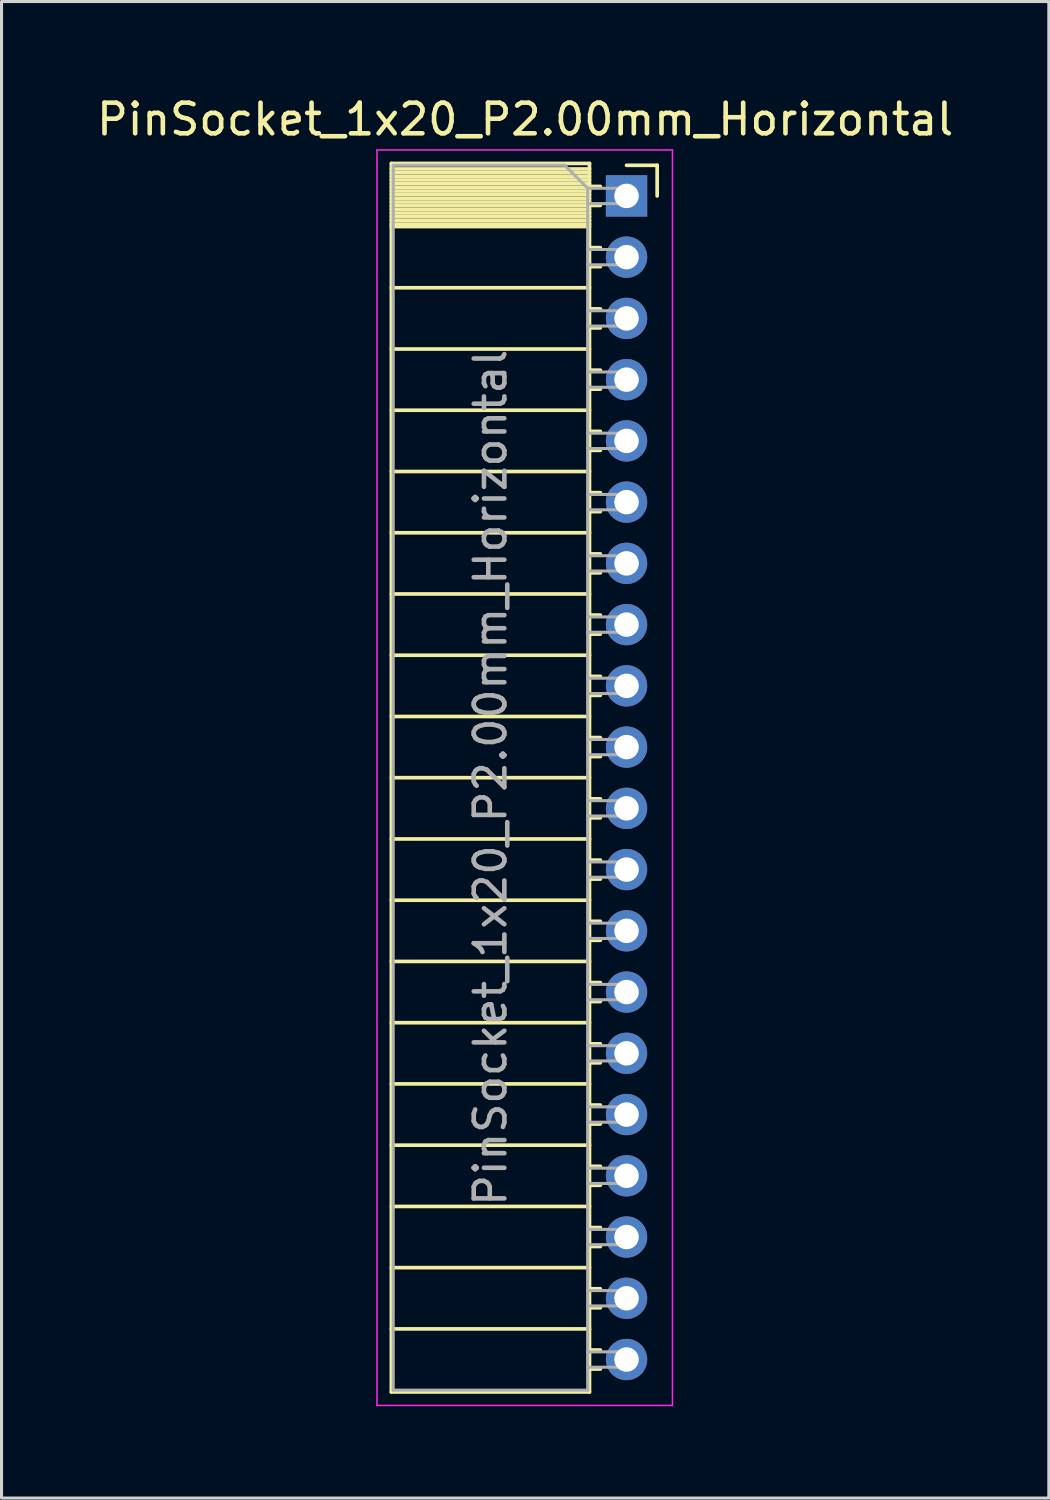
<source format=kicad_pcb>
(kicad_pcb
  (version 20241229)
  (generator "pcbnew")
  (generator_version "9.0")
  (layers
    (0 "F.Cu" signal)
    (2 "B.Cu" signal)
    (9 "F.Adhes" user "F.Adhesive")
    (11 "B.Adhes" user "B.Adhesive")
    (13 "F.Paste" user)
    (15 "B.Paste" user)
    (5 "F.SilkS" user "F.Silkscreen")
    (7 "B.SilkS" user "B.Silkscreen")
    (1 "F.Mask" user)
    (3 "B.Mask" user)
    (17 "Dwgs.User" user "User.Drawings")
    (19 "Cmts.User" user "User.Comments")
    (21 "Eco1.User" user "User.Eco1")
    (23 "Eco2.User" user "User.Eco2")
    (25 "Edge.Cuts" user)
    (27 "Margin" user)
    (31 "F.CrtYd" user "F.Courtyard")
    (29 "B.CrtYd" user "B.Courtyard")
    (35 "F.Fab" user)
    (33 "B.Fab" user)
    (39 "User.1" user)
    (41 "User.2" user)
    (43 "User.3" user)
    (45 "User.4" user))
  (footprint "PinSocket_1x20_P2.00mm_Horizontal"
    (layer "F.Cu")
    (at 17.411 3.348)
    (property "Reference" "PinSocket_1x20_P2.00mm_Horizontal" (at -3.31 -2.5 0) (layer "F.SilkS") (effects (font (size 1 1) (thickness 0.15))))
    (attr through_hole)
    (fp_line (start -7.68 -1.06) (end -1.21 -1.06) (stroke (width 0.12) (type solid)) (layer "F.SilkS"))
    (fp_line (start -7.68 -0.88) (end -1.21 -0.88) (stroke (width 0.12) (type solid)) (layer "F.SilkS"))
    (fp_line (start -7.68 -0.76) (end -1.21 -0.76) (stroke (width 0.12) (type solid)) (layer "F.SilkS"))
    (fp_line (start -7.68 -0.64) (end -1.21 -0.64) (stroke (width 0.12) (type solid)) (layer "F.SilkS"))
    (fp_line (start -7.68 -0.52) (end -1.21 -0.52) (stroke (width 0.12) (type solid)) (layer "F.SilkS"))
    (fp_line (start -7.68 -0.4) (end -1.21 -0.4) (stroke (width 0.12) (type solid)) (layer "F.SilkS"))
    (fp_line (start -7.68 -0.28) (end -1.21 -0.28) (stroke (width 0.12) (type solid)) (layer "F.SilkS"))
    (fp_line (start -7.68 -0.16) (end -1.21 -0.16) (stroke (width 0.12) (type solid)) (layer "F.SilkS"))
    (fp_line (start -7.68 -0.04) (end -1.21 -0.04) (stroke (width 0.12) (type solid)) (layer "F.SilkS"))
    (fp_line (start -7.68 0.08) (end -1.21 0.08) (stroke (width 0.12) (type solid)) (layer "F.SilkS"))
    (fp_line (start -7.68 0.2) (end -1.21 0.2) (stroke (width 0.12) (type solid)) (layer "F.SilkS"))
    (fp_line (start -7.68 0.32) (end -1.21 0.32) (stroke (width 0.12) (type solid)) (layer "F.SilkS"))
    (fp_line (start -7.68 0.44) (end -1.21 0.44) (stroke (width 0.12) (type solid)) (layer "F.SilkS"))
    (fp_line (start -7.68 0.56) (end -1.21 0.56) (stroke (width 0.12) (type solid)) (layer "F.SilkS"))
    (fp_line (start -7.68 0.68) (end -1.21 0.68) (stroke (width 0.12) (type solid)) (layer "F.SilkS"))
    (fp_line (start -7.68 0.8) (end -1.21 0.8) (stroke (width 0.12) (type solid)) (layer "F.SilkS"))
    (fp_line (start -7.68 0.92) (end -1.21 0.92) (stroke (width 0.12) (type solid)) (layer "F.SilkS"))
    (fp_line (start -7.68 1) (end -1.21 1) (stroke (width 0.12) (type solid)) (layer "F.SilkS"))
    (fp_line (start -7.68 3) (end -1.21 3) (stroke (width 0.12) (type solid)) (layer "F.SilkS"))
    (fp_line (start -7.68 5) (end -1.21 5) (stroke (width 0.12) (type solid)) (layer "F.SilkS"))
    (fp_line (start -7.68 7) (end -1.21 7) (stroke (width 0.12) (type solid)) (layer "F.SilkS"))
    (fp_line (start -7.68 9) (end -1.21 9) (stroke (width 0.12) (type solid)) (layer "F.SilkS"))
    (fp_line (start -7.68 11) (end -1.21 11) (stroke (width 0.12) (type solid)) (layer "F.SilkS"))
    (fp_line (start -7.68 13) (end -1.21 13) (stroke (width 0.12) (type solid)) (layer "F.SilkS"))
    (fp_line (start -7.68 15) (end -1.21 15) (stroke (width 0.12) (type solid)) (layer "F.SilkS"))
    (fp_line (start -7.68 17) (end -1.21 17) (stroke (width 0.12) (type solid)) (layer "F.SilkS"))
    (fp_line (start -7.68 19) (end -1.21 19) (stroke (width 0.12) (type solid)) (layer "F.SilkS"))
    (fp_line (start -7.68 21) (end -1.21 21) (stroke (width 0.12) (type solid)) (layer "F.SilkS"))
    (fp_line (start -7.68 23) (end -1.21 23) (stroke (width 0.12) (type solid)) (layer "F.SilkS"))
    (fp_line (start -7.68 25) (end -1.21 25) (stroke (width 0.12) (type solid)) (layer "F.SilkS"))
    (fp_line (start -7.68 27) (end -1.21 27) (stroke (width 0.12) (type solid)) (layer "F.SilkS"))
    (fp_line (start -7.68 29) (end -1.21 29) (stroke (width 0.12) (type solid)) (layer "F.SilkS"))
    (fp_line (start -7.68 31) (end -1.21 31) (stroke (width 0.12) (type solid)) (layer "F.SilkS"))
    (fp_line (start -7.68 33) (end -1.21 33) (stroke (width 0.12) (type solid)) (layer "F.SilkS"))
    (fp_line (start -7.68 35) (end -1.21 35) (stroke (width 0.12) (type solid)) (layer "F.SilkS"))
    (fp_line (start -7.68 37) (end -1.21 37) (stroke (width 0.12) (type solid)) (layer "F.SilkS"))
    (fp_line (start -7.68 39.06) (end -7.68 -1.06) (stroke (width 0.12) (type solid)) (layer "F.SilkS"))
    (fp_line (start -1.21 -1.06) (end -1.21 39.06) (stroke (width 0.12) (type solid)) (layer "F.SilkS"))
    (fp_line (start -1.21 -0.31) (end -0.855 -0.31) (stroke (width 0.12) (type solid)) (layer "F.SilkS"))
    (fp_line (start -1.21 1.69) (end -0.855 1.69) (stroke (width 0.12) (type solid)) (layer "F.SilkS"))
    (fp_line (start -1.21 3.69) (end -0.855 3.69) (stroke (width 0.12) (type solid)) (layer "F.SilkS"))
    (fp_line (start -1.21 5.69) (end -0.855 5.69) (stroke (width 0.12) (type solid)) (layer "F.SilkS"))
    (fp_line (start -1.21 7.69) (end -0.855 7.69) (stroke (width 0.12) (type solid)) (layer "F.SilkS"))
    (fp_line (start -1.21 9.69) (end -0.855 9.69) (stroke (width 0.12) (type solid)) (layer "F.SilkS"))
    (fp_line (start -1.21 11.69) (end -0.855 11.69) (stroke (width 0.12) (type solid)) (layer "F.SilkS"))
    (fp_line (start -1.21 13.69) (end -0.855 13.69) (stroke (width 0.12) (type solid)) (layer "F.SilkS"))
    (fp_line (start -1.21 15.69) (end -0.855 15.69) (stroke (width 0.12) (type solid)) (layer "F.SilkS"))
    (fp_line (start -1.21 17.69) (end -0.855 17.69) (stroke (width 0.12) (type solid)) (layer "F.SilkS"))
    (fp_line (start -1.21 19.69) (end -0.855 19.69) (stroke (width 0.12) (type solid)) (layer "F.SilkS"))
    (fp_line (start -1.21 21.69) (end -0.855 21.69) (stroke (width 0.12) (type solid)) (layer "F.SilkS"))
    (fp_line (start -1.21 23.69) (end -0.855 23.69) (stroke (width 0.12) (type solid)) (layer "F.SilkS"))
    (fp_line (start -1.21 25.69) (end -0.855 25.69) (stroke (width 0.12) (type solid)) (layer "F.SilkS"))
    (fp_line (start -1.21 27.69) (end -0.855 27.69) (stroke (width 0.12) (type solid)) (layer "F.SilkS"))
    (fp_line (start -1.21 29.69) (end -0.855 29.69) (stroke (width 0.12) (type solid)) (layer "F.SilkS"))
    (fp_line (start -1.21 31.69) (end -0.855 31.69) (stroke (width 0.12) (type solid)) (layer "F.SilkS"))
    (fp_line (start -1.21 33.69) (end -0.855 33.69) (stroke (width 0.12) (type solid)) (layer "F.SilkS"))
    (fp_line (start -1.21 35.69) (end -0.855 35.69) (stroke (width 0.12) (type solid)) (layer "F.SilkS"))
    (fp_line (start -1.21 37.69) (end -0.855 37.69) (stroke (width 0.12) (type solid)) (layer "F.SilkS"))
    (fp_line (start -1.21 39.06) (end -7.68 39.06) (stroke (width 0.12) (type solid)) (layer "F.SilkS"))
    (fp_line (start -0.855 0.31) (end -1.21 0.31) (stroke (width 0.12) (type solid)) (layer "F.SilkS"))
    (fp_line (start -0.855 2.31) (end -1.21 2.31) (stroke (width 0.12) (type solid)) (layer "F.SilkS"))
    (fp_line (start -0.855 4.31) (end -1.21 4.31) (stroke (width 0.12) (type solid)) (layer "F.SilkS"))
    (fp_line (start -0.855 6.31) (end -1.21 6.31) (stroke (width 0.12) (type solid)) (layer "F.SilkS"))
    (fp_line (start -0.855 8.31) (end -1.21 8.31) (stroke (width 0.12) (type solid)) (layer "F.SilkS"))
    (fp_line (start -0.855 10.31) (end -1.21 10.31) (stroke (width 0.12) (type solid)) (layer "F.SilkS"))
    (fp_line (start -0.855 12.31) (end -1.21 12.31) (stroke (width 0.12) (type solid)) (layer "F.SilkS"))
    (fp_line (start -0.855 14.31) (end -1.21 14.31) (stroke (width 0.12) (type solid)) (layer "F.SilkS"))
    (fp_line (start -0.855 16.31) (end -1.21 16.31) (stroke (width 0.12) (type solid)) (layer "F.SilkS"))
    (fp_line (start -0.855 18.31) (end -1.21 18.31) (stroke (width 0.12) (type solid)) (layer "F.SilkS"))
    (fp_line (start -0.855 20.31) (end -1.21 20.31) (stroke (width 0.12) (type solid)) (layer "F.SilkS"))
    (fp_line (start -0.855 22.31) (end -1.21 22.31) (stroke (width 0.12) (type solid)) (layer "F.SilkS"))
    (fp_line (start -0.855 24.31) (end -1.21 24.31) (stroke (width 0.12) (type solid)) (layer "F.SilkS"))
    (fp_line (start -0.855 26.31) (end -1.21 26.31) (stroke (width 0.12) (type solid)) (layer "F.SilkS"))
    (fp_line (start -0.855 28.31) (end -1.21 28.31) (stroke (width 0.12) (type solid)) (layer "F.SilkS"))
    (fp_line (start -0.855 30.31) (end -1.21 30.31) (stroke (width 0.12) (type solid)) (layer "F.SilkS"))
    (fp_line (start -0.855 32.31) (end -1.21 32.31) (stroke (width 0.12) (type solid)) (layer "F.SilkS"))
    (fp_line (start -0.855 34.31) (end -1.21 34.31) (stroke (width 0.12) (type solid)) (layer "F.SilkS"))
    (fp_line (start -0.855 36.31) (end -1.21 36.31) (stroke (width 0.12) (type solid)) (layer "F.SilkS"))
    (fp_line (start -0.855 38.31) (end -1.21 38.31) (stroke (width 0.12) (type solid)) (layer "F.SilkS"))
    (fp_line (start 0 -1) (end 1 -1) (stroke (width 0.12) (type solid)) (layer "F.SilkS"))
    (fp_line (start 1 -1) (end 1 0) (stroke (width 0.12) (type solid)) (layer "F.SilkS"))
    (fp_line (start -8.15 -1.5) (end -8.15 39.5) (stroke (width 0.05) (type solid)) (layer "F.CrtYd"))
    (fp_line (start -8.15 39.5) (end 1.5 39.5) (stroke (width 0.05) (type solid)) (layer "F.CrtYd"))
    (fp_line (start 1.5 -1.5) (end -8.15 -1.5) (stroke (width 0.05) (type solid)) (layer "F.CrtYd"))
    (fp_line (start 1.5 39.5) (end 1.5 -1.5) (stroke (width 0.05) (type solid)) (layer "F.CrtYd"))
    (fp_line (start -7.62 -1) (end -2.02 -1) (stroke (width 0.1) (type solid)) (layer "F.Fab"))
    (fp_line (start -7.62 39) (end -7.62 -1) (stroke (width 0.1) (type solid)) (layer "F.Fab"))
    (fp_line (start -2.02 -1) (end -1.27 -0.25) (stroke (width 0.1) (type solid)) (layer "F.Fab"))
    (fp_line (start -1.27 -0.25) (end -1.27 39) (stroke (width 0.1) (type solid)) (layer "F.Fab"))
    (fp_line (start -1.27 0.25) (end 0 0.25) (stroke (width 0.1) (type solid)) (layer "F.Fab"))
    (fp_line (start -1.27 2.25) (end 0 2.25) (stroke (width 0.1) (type solid)) (layer "F.Fab"))
    (fp_line (start -1.27 4.25) (end 0 4.25) (stroke (width 0.1) (type solid)) (layer "F.Fab"))
    (fp_line (start -1.27 6.25) (end 0 6.25) (stroke (width 0.1) (type solid)) (layer "F.Fab"))
    (fp_line (start -1.27 8.25) (end 0 8.25) (stroke (width 0.1) (type solid)) (layer "F.Fab"))
    (fp_line (start -1.27 10.25) (end 0 10.25) (stroke (width 0.1) (type solid)) (layer "F.Fab"))
    (fp_line (start -1.27 12.25) (end 0 12.25) (stroke (width 0.1) (type solid)) (layer "F.Fab"))
    (fp_line (start -1.27 14.25) (end 0 14.25) (stroke (width 0.1) (type solid)) (layer "F.Fab"))
    (fp_line (start -1.27 16.25) (end 0 16.25) (stroke (width 0.1) (type solid)) (layer "F.Fab"))
    (fp_line (start -1.27 18.25) (end 0 18.25) (stroke (width 0.1) (type solid)) (layer "F.Fab"))
    (fp_line (start -1.27 20.25) (end 0 20.25) (stroke (width 0.1) (type solid)) (layer "F.Fab"))
    (fp_line (start -1.27 22.25) (end 0 22.25) (stroke (width 0.1) (type solid)) (layer "F.Fab"))
    (fp_line (start -1.27 24.25) (end 0 24.25) (stroke (width 0.1) (type solid)) (layer "F.Fab"))
    (fp_line (start -1.27 26.25) (end 0 26.25) (stroke (width 0.1) (type solid)) (layer "F.Fab"))
    (fp_line (start -1.27 28.25) (end 0 28.25) (stroke (width 0.1) (type solid)) (layer "F.Fab"))
    (fp_line (start -1.27 30.25) (end 0 30.25) (stroke (width 0.1) (type solid)) (layer "F.Fab"))
    (fp_line (start -1.27 32.25) (end 0 32.25) (stroke (width 0.1) (type solid)) (layer "F.Fab"))
    (fp_line (start -1.27 34.25) (end 0 34.25) (stroke (width 0.1) (type solid)) (layer "F.Fab"))
    (fp_line (start -1.27 36.25) (end 0 36.25) (stroke (width 0.1) (type solid)) (layer "F.Fab"))
    (fp_line (start -1.27 38.25) (end 0 38.25) (stroke (width 0.1) (type solid)) (layer "F.Fab"))
    (fp_line (start -1.27 39) (end -7.62 39) (stroke (width 0.1) (type solid)) (layer "F.Fab"))
    (fp_line (start 0 -0.25) (end -1.27 -0.25) (stroke (width 0.1) (type solid)) (layer "F.Fab"))
    (fp_line (start 0 0.25) (end 0 -0.25) (stroke (width 0.1) (type solid)) (layer "F.Fab"))
    (fp_line (start 0 1.75) (end -1.27 1.75) (stroke (width 0.1) (type solid)) (layer "F.Fab"))
    (fp_line (start 0 2.25) (end 0 1.75) (stroke (width 0.1) (type solid)) (layer "F.Fab"))
    (fp_line (start 0 3.75) (end -1.27 3.75) (stroke (width 0.1) (type solid)) (layer "F.Fab"))
    (fp_line (start 0 4.25) (end 0 3.75) (stroke (width 0.1) (type solid)) (layer "F.Fab"))
    (fp_line (start 0 5.75) (end -1.27 5.75) (stroke (width 0.1) (type solid)) (layer "F.Fab"))
    (fp_line (start 0 6.25) (end 0 5.75) (stroke (width 0.1) (type solid)) (layer "F.Fab"))
    (fp_line (start 0 7.75) (end -1.27 7.75) (stroke (width 0.1) (type solid)) (layer "F.Fab"))
    (fp_line (start 0 8.25) (end 0 7.75) (stroke (width 0.1) (type solid)) (layer "F.Fab"))
    (fp_line (start 0 9.75) (end -1.27 9.75) (stroke (width 0.1) (type solid)) (layer "F.Fab"))
    (fp_line (start 0 10.25) (end 0 9.75) (stroke (width 0.1) (type solid)) (layer "F.Fab"))
    (fp_line (start 0 11.75) (end -1.27 11.75) (stroke (width 0.1) (type solid)) (layer "F.Fab"))
    (fp_line (start 0 12.25) (end 0 11.75) (stroke (width 0.1) (type solid)) (layer "F.Fab"))
    (fp_line (start 0 13.75) (end -1.27 13.75) (stroke (width 0.1) (type solid)) (layer "F.Fab"))
    (fp_line (start 0 14.25) (end 0 13.75) (stroke (width 0.1) (type solid)) (layer "F.Fab"))
    (fp_line (start 0 15.75) (end -1.27 15.75) (stroke (width 0.1) (type solid)) (layer "F.Fab"))
    (fp_line (start 0 16.25) (end 0 15.75) (stroke (width 0.1) (type solid)) (layer "F.Fab"))
    (fp_line (start 0 17.75) (end -1.27 17.75) (stroke (width 0.1) (type solid)) (layer "F.Fab"))
    (fp_line (start 0 18.25) (end 0 17.75) (stroke (width 0.1) (type solid)) (layer "F.Fab"))
    (fp_line (start 0 19.75) (end -1.27 19.75) (stroke (width 0.1) (type solid)) (layer "F.Fab"))
    (fp_line (start 0 20.25) (end 0 19.75) (stroke (width 0.1) (type solid)) (layer "F.Fab"))
    (fp_line (start 0 21.75) (end -1.27 21.75) (stroke (width 0.1) (type solid)) (layer "F.Fab"))
    (fp_line (start 0 22.25) (end 0 21.75) (stroke (width 0.1) (type solid)) (layer "F.Fab"))
    (fp_line (start 0 23.75) (end -1.27 23.75) (stroke (width 0.1) (type solid)) (layer "F.Fab"))
    (fp_line (start 0 24.25) (end 0 23.75) (stroke (width 0.1) (type solid)) (layer "F.Fab"))
    (fp_line (start 0 25.75) (end -1.27 25.75) (stroke (width 0.1) (type solid)) (layer "F.Fab"))
    (fp_line (start 0 26.25) (end 0 25.75) (stroke (width 0.1) (type solid)) (layer "F.Fab"))
    (fp_line (start 0 27.75) (end -1.27 27.75) (stroke (width 0.1) (type solid)) (layer "F.Fab"))
    (fp_line (start 0 28.25) (end 0 27.75) (stroke (width 0.1) (type solid)) (layer "F.Fab"))
    (fp_line (start 0 29.75) (end -1.27 29.75) (stroke (width 0.1) (type solid)) (layer "F.Fab"))
    (fp_line (start 0 30.25) (end 0 29.75) (stroke (width 0.1) (type solid)) (layer "F.Fab"))
    (fp_line (start 0 31.75) (end -1.27 31.75) (stroke (width 0.1) (type solid)) (layer "F.Fab"))
    (fp_line (start 0 32.25) (end 0 31.75) (stroke (width 0.1) (type solid)) (layer "F.Fab"))
    (fp_line (start 0 33.75) (end -1.27 33.75) (stroke (width 0.1) (type solid)) (layer "F.Fab"))
    (fp_line (start 0 34.25) (end 0 33.75) (stroke (width 0.1) (type solid)) (layer "F.Fab"))
    (fp_line (start 0 35.75) (end -1.27 35.75) (stroke (width 0.1) (type solid)) (layer "F.Fab"))
    (fp_line (start 0 36.25) (end 0 35.75) (stroke (width 0.1) (type solid)) (layer "F.Fab"))
    (fp_line (start 0 37.75) (end -1.27 37.75) (stroke (width 0.1) (type solid)) (layer "F.Fab"))
    (fp_line (start 0 38.25) (end 0 37.75) (stroke (width 0.1) (type solid)) (layer "F.Fab"))
    (fp_text user "${REFERENCE}" (at -4.445 19 90) (layer "F.Fab") (effects (font (size 1 1) (thickness 0.15))))
    (pad "1" thru_hole rect (at 0 0) (size 1.35 1.35) (drill 0.8) (layers "*.Cu" "*.Mask"))
    (pad "2" thru_hole oval (at 0 2) (size 1.35 1.35) (drill 0.8) (layers "*.Cu" "*.Mask"))
    (pad "3" thru_hole oval (at 0 4) (size 1.35 1.35) (drill 0.8) (layers "*.Cu" "*.Mask"))
    (pad "4" thru_hole oval (at 0 6) (size 1.35 1.35) (drill 0.8) (layers "*.Cu" "*.Mask"))
    (pad "5" thru_hole oval (at 0 8) (size 1.35 1.35) (drill 0.8) (layers "*.Cu" "*.Mask"))
    (pad "6" thru_hole oval (at 0 10) (size 1.35 1.35) (drill 0.8) (layers "*.Cu" "*.Mask"))
    (pad "7" thru_hole oval (at 0 12) (size 1.35 1.35) (drill 0.8) (layers "*.Cu" "*.Mask"))
    (pad "8" thru_hole oval (at 0 14) (size 1.35 1.35) (drill 0.8) (layers "*.Cu" "*.Mask"))
    (pad "9" thru_hole oval (at 0 16) (size 1.35 1.35) (drill 0.8) (layers "*.Cu" "*.Mask"))
    (pad "10" thru_hole oval (at 0 18) (size 1.35 1.35) (drill 0.8) (layers "*.Cu" "*.Mask"))
    (pad "11" thru_hole oval (at 0 20) (size 1.35 1.35) (drill 0.8) (layers "*.Cu" "*.Mask"))
    (pad "12" thru_hole oval (at 0 22) (size 1.35 1.35) (drill 0.8) (layers "*.Cu" "*.Mask"))
    (pad "13" thru_hole oval (at 0 24) (size 1.35 1.35) (drill 0.8) (layers "*.Cu" "*.Mask"))
    (pad "14" thru_hole oval (at 0 26) (size 1.35 1.35) (drill 0.8) (layers "*.Cu" "*.Mask"))
    (pad "15" thru_hole oval (at 0 28) (size 1.35 1.35) (drill 0.8) (layers "*.Cu" "*.Mask"))
    (pad "16" thru_hole oval (at 0 30) (size 1.35 1.35) (drill 0.8) (layers "*.Cu" "*.Mask"))
    (pad "17" thru_hole oval (at 0 32) (size 1.35 1.35) (drill 0.8) (layers "*.Cu" "*.Mask"))
    (pad "18" thru_hole oval (at 0 34) (size 1.35 1.35) (drill 0.8) (layers "*.Cu" "*.Mask"))
    (pad "19" thru_hole oval (at 0 36) (size 1.35 1.35) (drill 0.8) (layers "*.Cu" "*.Mask"))
    (pad "20" thru_hole oval (at 0 38) (size 1.35 1.35) (drill 0.8) (layers "*.Cu" "*.Mask")))
  (gr_rect
    (start -3 -3)
    (end 31.202 45.873)
    (stroke (width 0.1) (type default))
    (fill no)
    (layer "Edge.Cuts")))
</source>
